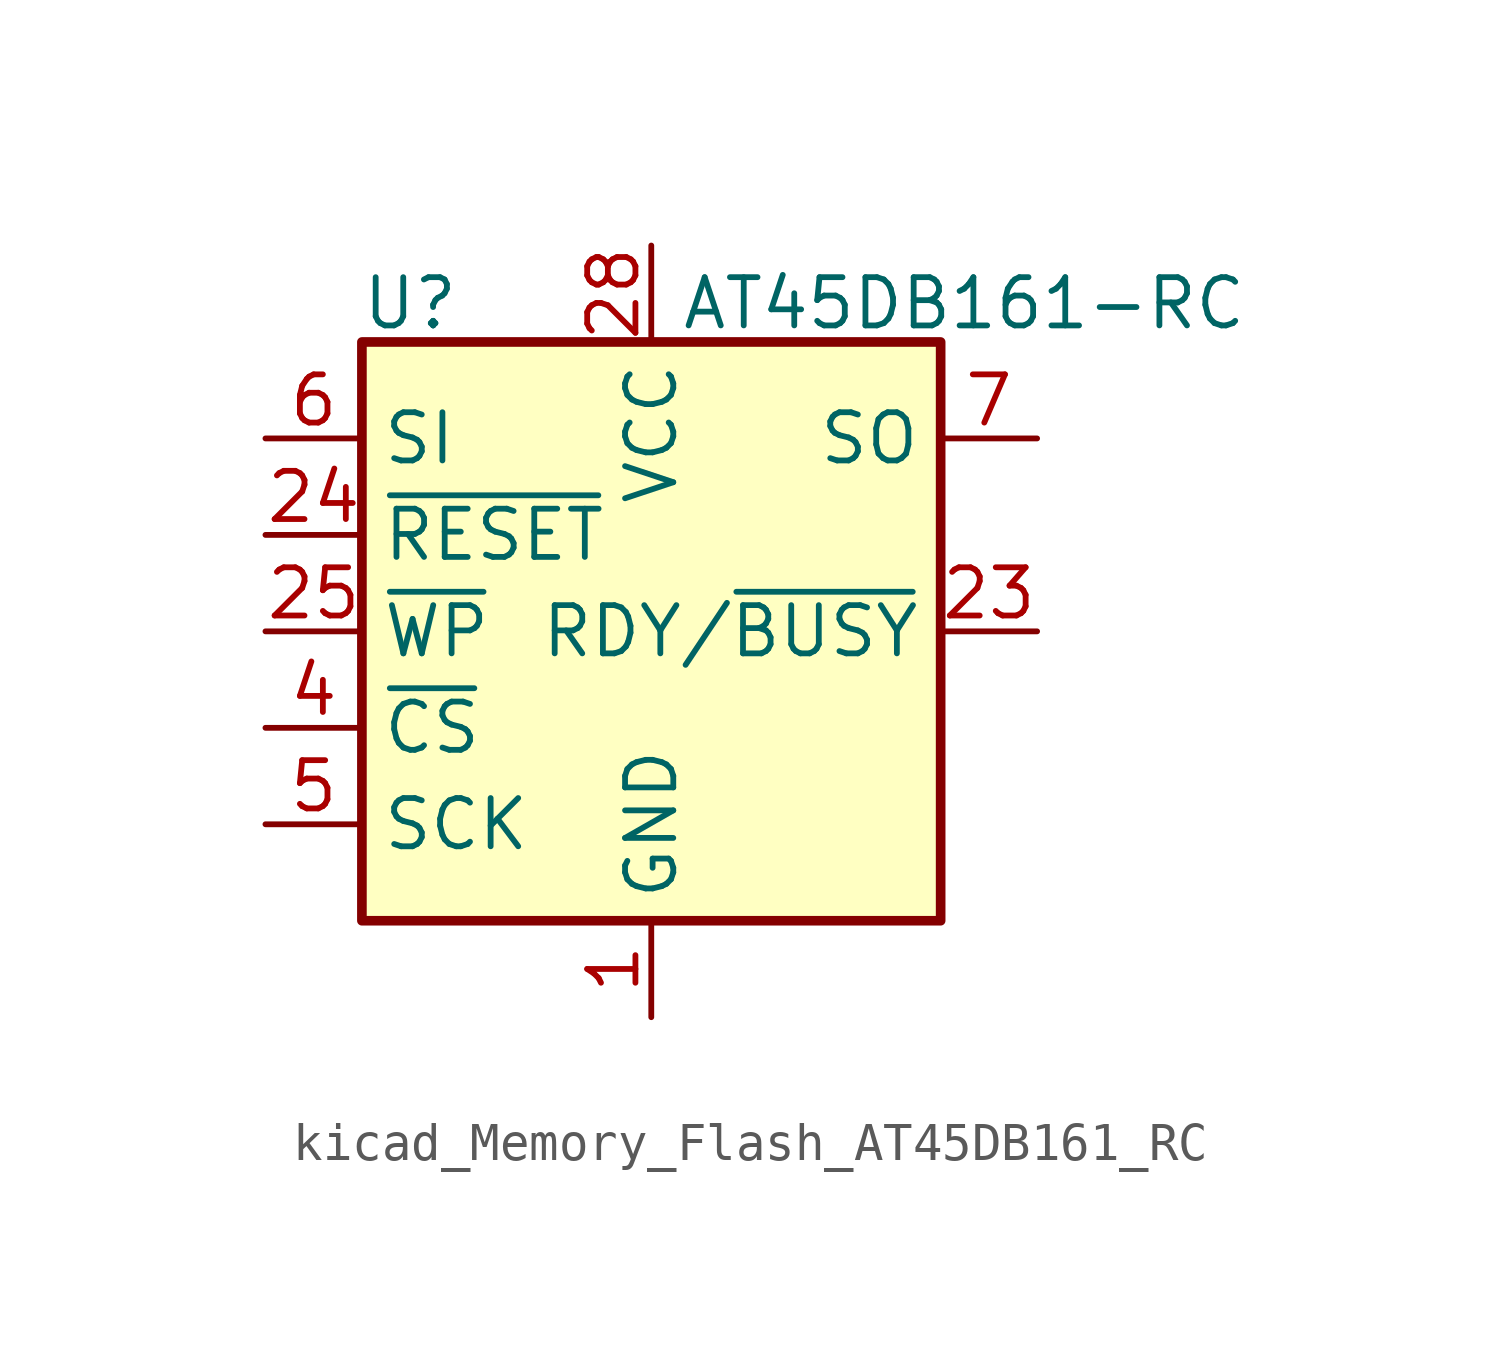
<source format=kicad_sym>
(kicad_symbol_lib
  (version 20220914)
  (generator kicad_symbol_editor)
  (symbol "kicad_Memory_Flash_AT45DB161_RC"
    (property "Reference" "U"
      (at -6.35 8.636 0)
      (effects (font (size 1.27 1.27))))
    (property "Value" "AT45DB161-RC"
      (at 0.762 8.636 0)
      (effects (font (size 1.27 1.27)) (justify left)))
    (symbol "kicad_Memory_Flash_AT45DB161_RC_0_1"
      (rectangle (start -7.62 7.62) (end 7.62 -7.62) (stroke (width 0.254) (type default)) (fill (type background))))
    (symbol "kicad_Memory_Flash_AT45DB161_RC_1_1"
      (pin power_in line (at 0 -10.16 90) (length 2.54) (name "GND" (effects (font (size 1.27 1.27)))) (number "1" (effects (font (size 1.27 1.27)))))
      (pin output line (at 10.16 0 180) (length 2.54) (name "RDY/~{BUSY}" (effects (font (size 1.27 1.27)))) (number "23" (effects (font (size 1.27 1.27)))))
      (pin input line (at -10.16 2.54 0) (length 2.54) (name "~{RESET}" (effects (font (size 1.27 1.27)))) (number "24" (effects (font (size 1.27 1.27)))))
      (pin input line (at -10.16 0 0) (length 2.54) (name "~{WP}" (effects (font (size 1.27 1.27)))) (number "25" (effects (font (size 1.27 1.27)))))
      (pin power_in line (at 0 10.16 270) (length 2.54) (name "VCC" (effects (font (size 1.27 1.27)))) (number "28" (effects (font (size 1.27 1.27)))))
      (pin input line (at -10.16 -2.54 0) (length 2.54) (name "~{CS}" (effects (font (size 1.27 1.27)))) (number "4" (effects (font (size 1.27 1.27)))))
      (pin input line (at -10.16 -5.08 0) (length 2.54) (name "SCK" (effects (font (size 1.27 1.27)))) (number "5" (effects (font (size 1.27 1.27)))))
      (pin input line (at -10.16 5.08 0) (length 2.54) (name "SI" (effects (font (size 1.27 1.27)))) (number "6" (effects (font (size 1.27 1.27)))))
      (pin output line (at 10.16 5.08 180) (length 2.54) (name "SO" (effects (font (size 1.27 1.27)))) (number "7" (effects (font (size 1.27 1.27))))))))
</source>
